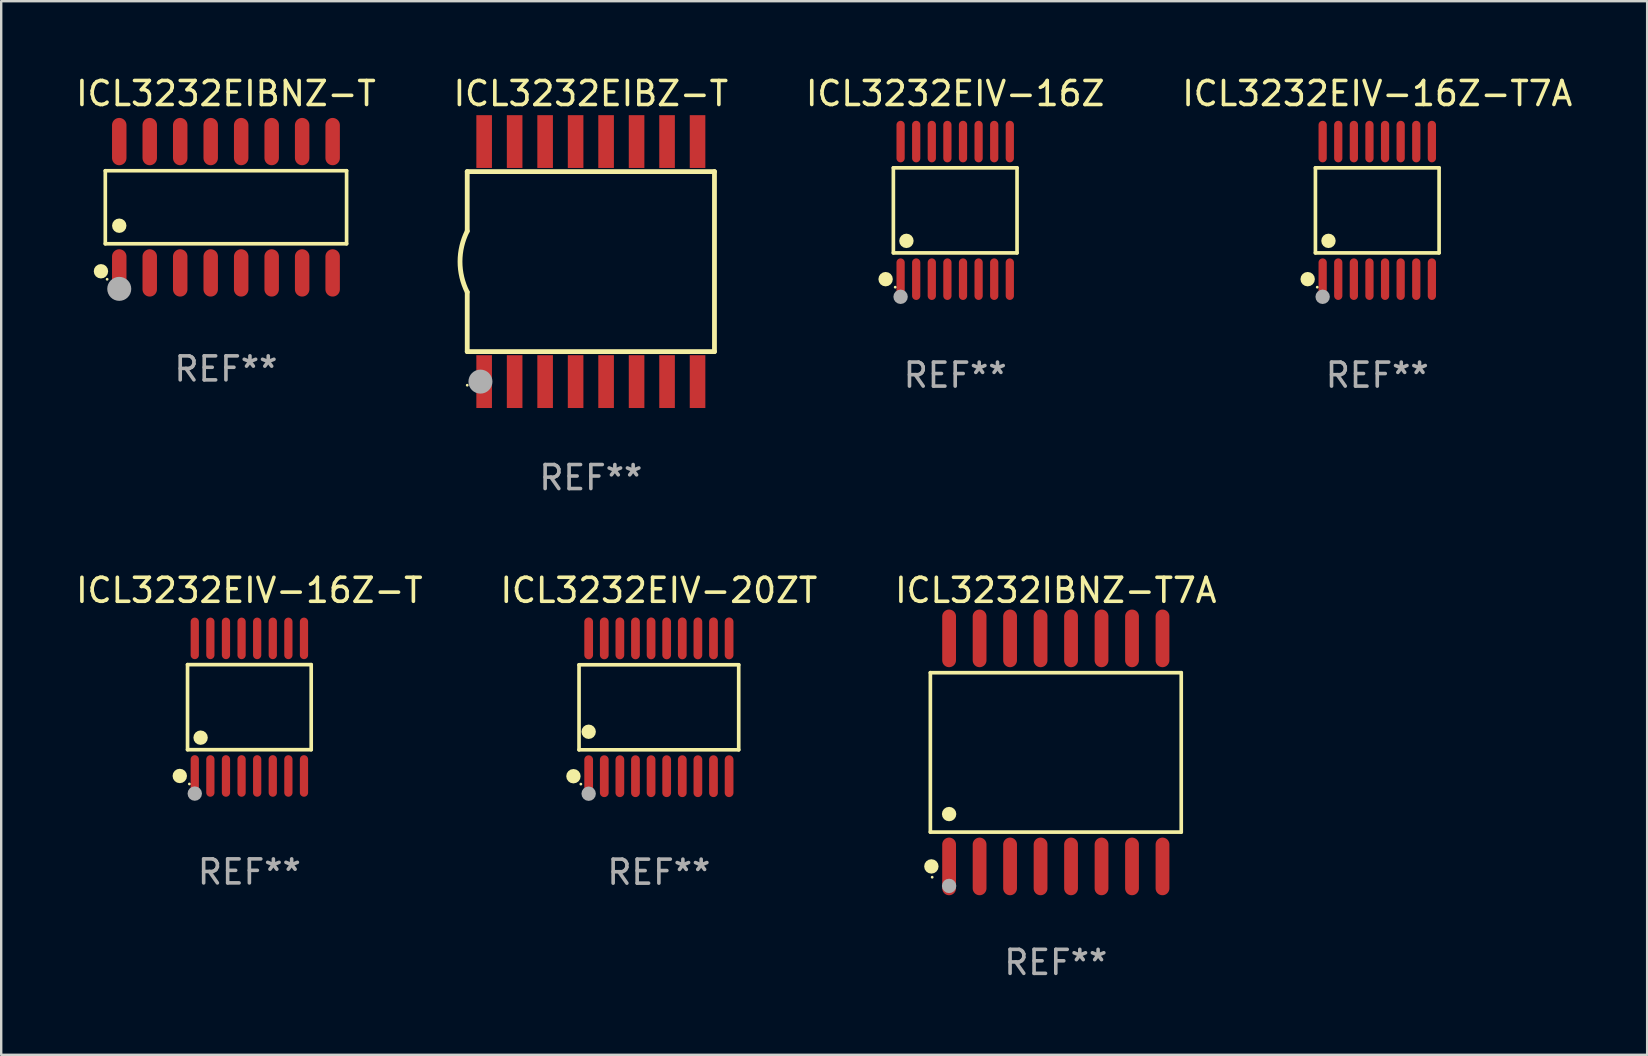
<source format=kicad_pcb>
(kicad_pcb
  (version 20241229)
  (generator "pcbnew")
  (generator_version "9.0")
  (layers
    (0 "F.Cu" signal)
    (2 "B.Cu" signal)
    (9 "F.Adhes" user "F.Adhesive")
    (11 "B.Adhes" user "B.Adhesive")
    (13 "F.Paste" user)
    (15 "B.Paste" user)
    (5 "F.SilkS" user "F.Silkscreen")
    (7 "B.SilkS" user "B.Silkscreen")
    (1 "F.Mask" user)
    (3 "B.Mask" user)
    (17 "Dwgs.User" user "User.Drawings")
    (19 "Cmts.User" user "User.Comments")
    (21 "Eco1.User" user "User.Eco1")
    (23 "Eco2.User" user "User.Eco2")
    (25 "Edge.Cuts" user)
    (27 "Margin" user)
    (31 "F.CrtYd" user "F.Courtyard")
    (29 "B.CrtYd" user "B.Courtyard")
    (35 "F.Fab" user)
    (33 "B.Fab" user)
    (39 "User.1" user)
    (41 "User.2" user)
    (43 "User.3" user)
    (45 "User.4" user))
  (footprint "ICL3232EIV-16Z-T"
    (layer "F.Cu")
    (at 7.339 26.411)
    (property "Reference" "ICL3232EIV-16Z-T" (at 0 -4.866 0) (layer "F.SilkS") (effects (font (size 1 1) (thickness 0.15))))
    (attr through_hole)
    (fp_line (start -2.576 -1.772) (end 2.576 -1.772) (stroke (width 0.152) (type solid)) (layer "F.SilkS"))
    (fp_line (start -2.576 1.771) (end -2.576 -1.772) (stroke (width 0.152) (type solid)) (layer "F.SilkS"))
    (fp_line (start 2.576 -1.772) (end 2.576 1.771) (stroke (width 0.152) (type solid)) (layer "F.SilkS"))
    (fp_line (start 2.576 1.771) (end -2.576 1.771) (stroke (width 0.152) (type solid)) (layer "F.SilkS"))
    (fp_circle (center -2.899 2.866) (end -2.749 2.866) (stroke (width 0.3) (type solid)) (fill no) (layer "F.SilkS"))
    (fp_circle (center -2.5 3.2) (end -2.47 3.2) (stroke (width 0.06) (type solid)) (fill no) (layer "F.SilkS"))
    (fp_circle (center -2.032 1.27) (end -1.882 1.27) (stroke (width 0.3) (type solid)) (fill no) (layer "F.SilkS"))
    (fp_circle (center -2.275 3.6) (end -2.125 3.6) (stroke (width 0.3) (type solid)) (fill no) (layer "F.Fab"))
    (fp_text user "REF**" (at 0 6.866 0) (layer "F.Fab") (effects (font (size 1 1) (thickness 0.15))))
    (pad "1" smd oval (at -2.275 2.866) (size 0.343 1.731) (layers "F.Cu" "F.Mask" "F.Paste"))
    (pad "2" smd oval (at -1.625 2.866) (size 0.343 1.731) (layers "F.Cu" "F.Mask" "F.Paste"))
    (pad "3" smd oval (at -0.975 2.866) (size 0.343 1.731) (layers "F.Cu" "F.Mask" "F.Paste"))
    (pad "4" smd oval (at -0.325 2.866) (size 0.343 1.731) (layers "F.Cu" "F.Mask" "F.Paste"))
    (pad "5" smd oval (at 0.325 2.866) (size 0.343 1.731) (layers "F.Cu" "F.Mask" "F.Paste"))
    (pad "6" smd oval (at 0.975 2.866) (size 0.343 1.731) (layers "F.Cu" "F.Mask" "F.Paste"))
    (pad "7" smd oval (at 1.625 2.866) (size 0.343 1.731) (layers "F.Cu" "F.Mask" "F.Paste"))
    (pad "8" smd oval (at 2.275 2.866) (size 0.343 1.731) (layers "F.Cu" "F.Mask" "F.Paste"))
    (pad "9" smd oval (at 2.275 -2.866) (size 0.343 1.731) (layers "F.Cu" "F.Mask" "F.Paste"))
    (pad "10" smd oval (at 1.625 -2.866) (size 0.343 1.731) (layers "F.Cu" "F.Mask" "F.Paste"))
    (pad "11" smd oval (at 0.975 -2.866) (size 0.343 1.731) (layers "F.Cu" "F.Mask" "F.Paste"))
    (pad "12" smd oval (at 0.325 -2.866) (size 0.343 1.731) (layers "F.Cu" "F.Mask" "F.Paste"))
    (pad "13" smd oval (at -0.325 -2.866) (size 0.343 1.731) (layers "F.Cu" "F.Mask" "F.Paste"))
    (pad "14" smd oval (at -0.975 -2.866) (size 0.343 1.731) (layers "F.Cu" "F.Mask" "F.Paste"))
    (pad "15" smd oval (at -1.625 -2.866) (size 0.343 1.731) (layers "F.Cu" "F.Mask" "F.Paste"))
    (pad "16" smd oval (at -2.275 -2.866) (size 0.343 1.731) (layers "F.Cu" "F.Mask" "F.Paste")))
  (footprint "ICL3232EIV-20ZT"
    (layer "F.Cu")
    (at 24.399 26.416)
    (property "Reference" "ICL3232EIV-20ZT" (at 0 -4.871 0) (layer "F.SilkS") (effects (font (size 1 1) (thickness 0.15))))
    (attr through_hole)
    (fp_line (start -3.326 -1.771) (end 3.326 -1.771) (stroke (width 0.152) (type solid)) (layer "F.SilkS"))
    (fp_line (start -3.326 1.771) (end -3.326 -1.771) (stroke (width 0.152) (type solid)) (layer "F.SilkS"))
    (fp_line (start 3.326 -1.771) (end 3.326 1.771) (stroke (width 0.152) (type solid)) (layer "F.SilkS"))
    (fp_line (start 3.326 1.771) (end -3.326 1.771) (stroke (width 0.152) (type solid)) (layer "F.SilkS"))
    (fp_circle (center -3.559 2.871) (end -3.409 2.871) (stroke (width 0.3) (type solid)) (fill no) (layer "F.SilkS"))
    (fp_circle (center -3.25 3.2) (end -3.22 3.2) (stroke (width 0.06) (type solid)) (fill no) (layer "F.SilkS"))
    (fp_circle (center -2.925 1.019) (end -2.775 1.019) (stroke (width 0.3) (type solid)) (fill no) (layer "F.SilkS"))
    (fp_circle (center -2.925 3.6) (end -2.775 3.6) (stroke (width 0.3) (type solid)) (fill no) (layer "F.Fab"))
    (fp_text user "REF**" (at 0 6.871 0) (layer "F.Fab") (effects (font (size 1 1) (thickness 0.15))))
    (pad "1" smd oval (at -2.925 2.871) (size 0.364 1.742) (layers "F.Cu" "F.Mask" "F.Paste"))
    (pad "2" smd oval (at -2.275 2.871) (size 0.364 1.742) (layers "F.Cu" "F.Mask" "F.Paste"))
    (pad "3" smd oval (at -1.625 2.871) (size 0.364 1.742) (layers "F.Cu" "F.Mask" "F.Paste"))
    (pad "4" smd oval (at -0.975 2.871) (size 0.364 1.742) (layers "F.Cu" "F.Mask" "F.Paste"))
    (pad "5" smd oval (at -0.325 2.871) (size 0.364 1.742) (layers "F.Cu" "F.Mask" "F.Paste"))
    (pad "6" smd oval (at 0.325 2.871) (size 0.364 1.742) (layers "F.Cu" "F.Mask" "F.Paste"))
    (pad "7" smd oval (at 0.975 2.871) (size 0.364 1.742) (layers "F.Cu" "F.Mask" "F.Paste"))
    (pad "8" smd oval (at 1.625 2.871) (size 0.364 1.742) (layers "F.Cu" "F.Mask" "F.Paste"))
    (pad "9" smd oval (at 2.275 2.871) (size 0.364 1.742) (layers "F.Cu" "F.Mask" "F.Paste"))
    (pad "10" smd oval (at 2.925 2.871) (size 0.364 1.742) (layers "F.Cu" "F.Mask" "F.Paste"))
    (pad "11" smd oval (at 2.925 -2.871) (size 0.364 1.742) (layers "F.Cu" "F.Mask" "F.Paste"))
    (pad "12" smd oval (at 2.275 -2.871) (size 0.364 1.742) (layers "F.Cu" "F.Mask" "F.Paste"))
    (pad "13" smd oval (at 1.625 -2.871) (size 0.364 1.742) (layers "F.Cu" "F.Mask" "F.Paste"))
    (pad "14" smd oval (at 0.975 -2.871) (size 0.364 1.742) (layers "F.Cu" "F.Mask" "F.Paste"))
    (pad "15" smd oval (at 0.325 -2.871) (size 0.364 1.742) (layers "F.Cu" "F.Mask" "F.Paste"))
    (pad "16" smd oval (at -0.325 -2.871) (size 0.364 1.742) (layers "F.Cu" "F.Mask" "F.Paste"))
    (pad "17" smd oval (at -0.975 -2.871) (size 0.364 1.742) (layers "F.Cu" "F.Mask" "F.Paste"))
    (pad "18" smd oval (at -1.625 -2.871) (size 0.364 1.742) (layers "F.Cu" "F.Mask" "F.Paste"))
    (pad "19" smd oval (at -2.275 -2.871) (size 0.364 1.742) (layers "F.Cu" "F.Mask" "F.Paste"))
    (pad "20" smd oval (at -2.925 -2.871) (size 0.364 1.742) (layers "F.Cu" "F.Mask" "F.Paste")))
  (footprint "ICL3232IBNZ-T7A"
    (layer "F.Cu")
    (at 40.935 28.295)
    (property "Reference" "ICL3232IBNZ-T7A" (at 0 -6.75 0) (layer "F.SilkS") (effects (font (size 1 1) (thickness 0.15))))
    (attr through_hole)
    (fp_line (start -5.226 -3.321) (end 5.226 -3.321) (stroke (width 0.152) (type solid)) (layer "F.SilkS"))
    (fp_line (start -5.226 3.321) (end -5.226 -3.321) (stroke (width 0.152) (type solid)) (layer "F.SilkS"))
    (fp_line (start 5.226 -3.321) (end 5.226 3.321) (stroke (width 0.152) (type solid)) (layer "F.SilkS"))
    (fp_line (start 5.226 3.321) (end -5.226 3.321) (stroke (width 0.152) (type solid)) (layer "F.SilkS"))
    (fp_circle (center -5.184 4.75) (end -5.034 4.75) (stroke (width 0.3) (type solid)) (fill no) (layer "F.SilkS"))
    (fp_circle (center -5.15 5.2) (end -5.12 5.2) (stroke (width 0.06) (type solid)) (fill no) (layer "F.SilkS"))
    (fp_circle (center -4.445 2.569) (end -4.295 2.569) (stroke (width 0.3) (type solid)) (fill no) (layer "F.SilkS"))
    (fp_circle (center -4.445 5.563) (end -4.295 5.563) (stroke (width 0.3) (type solid)) (fill no) (layer "F.Fab"))
    (fp_text user "REF**" (at 0 8.75 0) (layer "F.Fab") (effects (font (size 1 1) (thickness 0.15))))
    (pad "1" smd oval (at -4.445 4.75) (size 0.574 2.401) (layers "F.Cu" "F.Mask" "F.Paste"))
    (pad "2" smd oval (at -3.175 4.75) (size 0.574 2.401) (layers "F.Cu" "F.Mask" "F.Paste"))
    (pad "3" smd oval (at -1.905 4.75) (size 0.574 2.401) (layers "F.Cu" "F.Mask" "F.Paste"))
    (pad "4" smd oval (at -0.635 4.75) (size 0.574 2.401) (layers "F.Cu" "F.Mask" "F.Paste"))
    (pad "5" smd oval (at 0.635 4.75) (size 0.574 2.401) (layers "F.Cu" "F.Mask" "F.Paste"))
    (pad "6" smd oval (at 1.905 4.75) (size 0.574 2.401) (layers "F.Cu" "F.Mask" "F.Paste"))
    (pad "7" smd oval (at 3.175 4.75) (size 0.574 2.401) (layers "F.Cu" "F.Mask" "F.Paste"))
    (pad "8" smd oval (at 4.445 4.75) (size 0.574 2.401) (layers "F.Cu" "F.Mask" "F.Paste"))
    (pad "9" smd oval (at 4.445 -4.75) (size 0.574 2.401) (layers "F.Cu" "F.Mask" "F.Paste"))
    (pad "10" smd oval (at 3.175 -4.75) (size 0.574 2.401) (layers "F.Cu" "F.Mask" "F.Paste"))
    (pad "11" smd oval (at 1.905 -4.75) (size 0.574 2.401) (layers "F.Cu" "F.Mask" "F.Paste"))
    (pad "12" smd oval (at 0.635 -4.75) (size 0.574 2.401) (layers "F.Cu" "F.Mask" "F.Paste"))
    (pad "13" smd oval (at -0.635 -4.75) (size 0.574 2.401) (layers "F.Cu" "F.Mask" "F.Paste"))
    (pad "14" smd oval (at -1.905 -4.75) (size 0.574 2.401) (layers "F.Cu" "F.Mask" "F.Paste"))
    (pad "15" smd oval (at -3.175 -4.75) (size 0.574 2.401) (layers "F.Cu" "F.Mask" "F.Paste"))
    (pad "16" smd oval (at -4.445 -4.75) (size 0.574 2.401) (layers "F.Cu" "F.Mask" "F.Paste")))
  (footprint "ICL3232EIV-16Z-T7A"
    (layer "F.Cu")
    (at 54.327 5.714)
    (property "Reference" "ICL3232EIV-16Z-T7A" (at 0 -4.866 0) (layer "F.SilkS") (effects (font (size 1 1) (thickness 0.15))))
    (attr through_hole)
    (fp_line (start -2.576 -1.772) (end 2.576 -1.772) (stroke (width 0.152) (type solid)) (layer "F.SilkS"))
    (fp_line (start -2.576 1.771) (end -2.576 -1.772) (stroke (width 0.152) (type solid)) (layer "F.SilkS"))
    (fp_line (start 2.576 -1.772) (end 2.576 1.771) (stroke (width 0.152) (type solid)) (layer "F.SilkS"))
    (fp_line (start 2.576 1.771) (end -2.576 1.771) (stroke (width 0.152) (type solid)) (layer "F.SilkS"))
    (fp_circle (center -2.899 2.866) (end -2.749 2.866) (stroke (width 0.3) (type solid)) (fill no) (layer "F.SilkS"))
    (fp_circle (center -2.5 3.2) (end -2.47 3.2) (stroke (width 0.06) (type solid)) (fill no) (layer "F.SilkS"))
    (fp_circle (center -2.032 1.27) (end -1.882 1.27) (stroke (width 0.3) (type solid)) (fill no) (layer "F.SilkS"))
    (fp_circle (center -2.275 3.6) (end -2.125 3.6) (stroke (width 0.3) (type solid)) (fill no) (layer "F.Fab"))
    (fp_text user "REF**" (at 0 6.866 0) (layer "F.Fab") (effects (font (size 1 1) (thickness 0.15))))
    (pad "1" smd oval (at -2.275 2.866) (size 0.343 1.731) (layers "F.Cu" "F.Mask" "F.Paste"))
    (pad "2" smd oval (at -1.625 2.866) (size 0.343 1.731) (layers "F.Cu" "F.Mask" "F.Paste"))
    (pad "3" smd oval (at -0.975 2.866) (size 0.343 1.731) (layers "F.Cu" "F.Mask" "F.Paste"))
    (pad "4" smd oval (at -0.325 2.866) (size 0.343 1.731) (layers "F.Cu" "F.Mask" "F.Paste"))
    (pad "5" smd oval (at 0.325 2.866) (size 0.343 1.731) (layers "F.Cu" "F.Mask" "F.Paste"))
    (pad "6" smd oval (at 0.975 2.866) (size 0.343 1.731) (layers "F.Cu" "F.Mask" "F.Paste"))
    (pad "7" smd oval (at 1.625 2.866) (size 0.343 1.731) (layers "F.Cu" "F.Mask" "F.Paste"))
    (pad "8" smd oval (at 2.275 2.866) (size 0.343 1.731) (layers "F.Cu" "F.Mask" "F.Paste"))
    (pad "9" smd oval (at 2.275 -2.866) (size 0.343 1.731) (layers "F.Cu" "F.Mask" "F.Paste"))
    (pad "10" smd oval (at 1.625 -2.866) (size 0.343 1.731) (layers "F.Cu" "F.Mask" "F.Paste"))
    (pad "11" smd oval (at 0.975 -2.866) (size 0.343 1.731) (layers "F.Cu" "F.Mask" "F.Paste"))
    (pad "12" smd oval (at 0.325 -2.866) (size 0.343 1.731) (layers "F.Cu" "F.Mask" "F.Paste"))
    (pad "13" smd oval (at -0.325 -2.866) (size 0.343 1.731) (layers "F.Cu" "F.Mask" "F.Paste"))
    (pad "14" smd oval (at -0.975 -2.866) (size 0.343 1.731) (layers "F.Cu" "F.Mask" "F.Paste"))
    (pad "15" smd oval (at -1.625 -2.866) (size 0.343 1.731) (layers "F.Cu" "F.Mask" "F.Paste"))
    (pad "16" smd oval (at -2.275 -2.866) (size 0.343 1.731) (layers "F.Cu" "F.Mask" "F.Paste")))
  (footprint "ICL3232EIBNZ-T"
    (layer "F.Cu")
    (at 6.363 5.584)
    (property "Reference" "ICL3232EIBNZ-T" (at 0 -4.736 0) (layer "F.SilkS") (effects (font (size 1 1) (thickness 0.15))))
    (attr through_hole)
    (fp_line (start -5.026 -1.521) (end 5.026 -1.521) (stroke (width 0.152) (type solid)) (layer "F.SilkS"))
    (fp_line (start -5.026 1.521) (end -5.026 -1.521) (stroke (width 0.152) (type solid)) (layer "F.SilkS"))
    (fp_line (start 5.026 -1.521) (end 5.026 1.521) (stroke (width 0.152) (type solid)) (layer "F.SilkS"))
    (fp_line (start 5.026 1.521) (end -5.026 1.521) (stroke (width 0.152) (type solid)) (layer "F.SilkS"))
    (fp_circle (center -5.207 2.667) (end -5.057 2.667) (stroke (width 0.3) (type solid)) (fill no) (layer "F.SilkS"))
    (fp_circle (center -4.95 3) (end -4.92 3) (stroke (width 0.06) (type solid)) (fill no) (layer "F.SilkS"))
    (fp_circle (center -4.445 0.769) (end -4.295 0.769) (stroke (width 0.3) (type solid)) (fill no) (layer "F.SilkS"))
    (fp_circle (center -4.445 3.4) (end -4.195 3.4) (stroke (width 0.5) (type solid)) (fill no) (layer "F.Fab"))
    (fp_text user "REF**" (at 0 6.736 0) (layer "F.Fab") (effects (font (size 1 1) (thickness 0.15))))
    (pad "1" smd oval (at -4.445 2.736) (size 0.602 1.971) (layers "F.Cu" "F.Mask" "F.Paste"))
    (pad "2" smd oval (at -3.175 2.736) (size 0.602 1.971) (layers "F.Cu" "F.Mask" "F.Paste"))
    (pad "3" smd oval (at -1.905 2.736) (size 0.602 1.971) (layers "F.Cu" "F.Mask" "F.Paste"))
    (pad "4" smd oval (at -0.635 2.736) (size 0.602 1.971) (layers "F.Cu" "F.Mask" "F.Paste"))
    (pad "5" smd oval (at 0.635 2.736) (size 0.602 1.971) (layers "F.Cu" "F.Mask" "F.Paste"))
    (pad "6" smd oval (at 1.905 2.736) (size 0.602 1.971) (layers "F.Cu" "F.Mask" "F.Paste"))
    (pad "7" smd oval (at 3.175 2.736) (size 0.602 1.971) (layers "F.Cu" "F.Mask" "F.Paste"))
    (pad "8" smd oval (at 4.445 2.736) (size 0.602 1.971) (layers "F.Cu" "F.Mask" "F.Paste"))
    (pad "9" smd oval (at 4.445 -2.736) (size 0.602 1.971) (layers "F.Cu" "F.Mask" "F.Paste"))
    (pad "10" smd oval (at 3.175 -2.736) (size 0.602 1.971) (layers "F.Cu" "F.Mask" "F.Paste"))
    (pad "11" smd oval (at 1.905 -2.736) (size 0.602 1.971) (layers "F.Cu" "F.Mask" "F.Paste"))
    (pad "12" smd oval (at 0.635 -2.736) (size 0.602 1.971) (layers "F.Cu" "F.Mask" "F.Paste"))
    (pad "13" smd oval (at -0.635 -2.736) (size 0.602 1.971) (layers "F.Cu" "F.Mask" "F.Paste"))
    (pad "14" smd oval (at -1.905 -2.736) (size 0.602 1.971) (layers "F.Cu" "F.Mask" "F.Paste"))
    (pad "15" smd oval (at -3.175 -2.736) (size 0.602 1.971) (layers "F.Cu" "F.Mask" "F.Paste"))
    (pad "16" smd oval (at -4.445 -2.736) (size 0.602 1.971) (layers "F.Cu" "F.Mask" "F.Paste")))
  (footprint "ICL3232EIBZ-T"
    (layer "F.Cu")
    (at 21.565 7.848)
    (property "Reference" "ICL3232EIBZ-T" (at 0 -7 0) (layer "F.SilkS") (effects (font (size 1 1) (thickness 0.15))))
    (attr through_hole)
    (fp_line (start -5.15 -3.75) (end -5.15 -1.27) (stroke (width 0.2) (type solid)) (layer "F.SilkS"))
    (fp_line (start -5.15 -3.75) (end 5.15 -3.75) (stroke (width 0.2) (type solid)) (layer "F.SilkS"))
    (fp_line (start -5.15 3.75) (end -5.15 1.27) (stroke (width 0.2) (type solid)) (layer "F.SilkS"))
    (fp_line (start 5.15 -3.75) (end 5.15 3.75) (stroke (width 0.2) (type solid)) (layer "F.SilkS"))
    (fp_line (start 5.15 3.75) (end -5.15 3.75) (stroke (width 0.2) (type solid)) (layer "F.SilkS"))
    (fp_arc (start -5.151131 1.270003) (mid -5.450556 -0.000132) (end -5.150013 -1.270003) (stroke (width 0.2) (type solid)) (layer "F.SilkS"))
    (fp_circle (center -5.15 5.15) (end -5.12 5.15) (stroke (width 0.06) (type solid)) (fill no) (layer "F.SilkS"))
    (fp_circle (center -4.6 5) (end -4.35 5) (stroke (width 0.5) (type solid)) (fill no) (layer "F.Fab"))
    (fp_text user "REF**" (at 0 9 0) (layer "F.Fab") (effects (font (size 1 1) (thickness 0.15))))
    (pad "1" smd rect (at -4.445 5) (size 0.65 2.2) (layers "F.Cu" "F.Mask" "F.Paste"))
    (pad "2" smd rect (at -3.175 5) (size 0.65 2.2) (layers "F.Cu" "F.Mask" "F.Paste"))
    (pad "3" smd rect (at -1.905 5) (size 0.65 2.2) (layers "F.Cu" "F.Mask" "F.Paste"))
    (pad "4" smd rect (at -0.635 5) (size 0.65 2.2) (layers "F.Cu" "F.Mask" "F.Paste"))
    (pad "5" smd rect (at 0.635 5) (size 0.65 2.2) (layers "F.Cu" "F.Mask" "F.Paste"))
    (pad "6" smd rect (at 1.905 5) (size 0.65 2.2) (layers "F.Cu" "F.Mask" "F.Paste"))
    (pad "7" smd rect (at 3.175 5) (size 0.65 2.2) (layers "F.Cu" "F.Mask" "F.Paste"))
    (pad "8" smd rect (at 4.445 5) (size 0.65 2.2) (layers "F.Cu" "F.Mask" "F.Paste"))
    (pad "9" smd rect (at 4.445 -5) (size 0.65 2.2) (layers "F.Cu" "F.Mask" "F.Paste"))
    (pad "10" smd rect (at 3.175 -5) (size 0.65 2.2) (layers "F.Cu" "F.Mask" "F.Paste"))
    (pad "11" smd rect (at 1.905 -5) (size 0.65 2.2) (layers "F.Cu" "F.Mask" "F.Paste"))
    (pad "12" smd rect (at 0.635 -5) (size 0.65 2.2) (layers "F.Cu" "F.Mask" "F.Paste"))
    (pad "13" smd rect (at -0.635 -5) (size 0.65 2.2) (layers "F.Cu" "F.Mask" "F.Paste"))
    (pad "14" smd rect (at -1.905 -5) (size 0.65 2.2) (layers "F.Cu" "F.Mask" "F.Paste"))
    (pad "15" smd rect (at -3.175 -5) (size 0.65 2.2) (layers "F.Cu" "F.Mask" "F.Paste"))
    (pad "16" smd rect (at -4.445 -5) (size 0.65 2.2) (layers "F.Cu" "F.Mask" "F.Paste")))
  (footprint "ICL3232EIV-16Z"
    (layer "F.Cu")
    (at 36.744 5.714)
    (property "Reference" "ICL3232EIV-16Z" (at 0 -4.866 0) (layer "F.SilkS") (effects (font (size 1 1) (thickness 0.15))))
    (attr through_hole)
    (fp_line (start -2.576 -1.772) (end 2.576 -1.772) (stroke (width 0.152) (type solid)) (layer "F.SilkS"))
    (fp_line (start -2.576 1.771) (end -2.576 -1.772) (stroke (width 0.152) (type solid)) (layer "F.SilkS"))
    (fp_line (start 2.576 -1.772) (end 2.576 1.771) (stroke (width 0.152) (type solid)) (layer "F.SilkS"))
    (fp_line (start 2.576 1.771) (end -2.576 1.771) (stroke (width 0.152) (type solid)) (layer "F.SilkS"))
    (fp_circle (center -2.899 2.866) (end -2.749 2.866) (stroke (width 0.3) (type solid)) (fill no) (layer "F.SilkS"))
    (fp_circle (center -2.5 3.2) (end -2.47 3.2) (stroke (width 0.06) (type solid)) (fill no) (layer "F.SilkS"))
    (fp_circle (center -2.032 1.27) (end -1.882 1.27) (stroke (width 0.3) (type solid)) (fill no) (layer "F.SilkS"))
    (fp_circle (center -2.275 3.6) (end -2.125 3.6) (stroke (width 0.3) (type solid)) (fill no) (layer "F.Fab"))
    (fp_text user "REF**" (at 0 6.866 0) (layer "F.Fab") (effects (font (size 1 1) (thickness 0.15))))
    (pad "1" smd oval (at -2.275 2.866) (size 0.343 1.731) (layers "F.Cu" "F.Mask" "F.Paste"))
    (pad "2" smd oval (at -1.625 2.866) (size 0.343 1.731) (layers "F.Cu" "F.Mask" "F.Paste"))
    (pad "3" smd oval (at -0.975 2.866) (size 0.343 1.731) (layers "F.Cu" "F.Mask" "F.Paste"))
    (pad "4" smd oval (at -0.325 2.866) (size 0.343 1.731) (layers "F.Cu" "F.Mask" "F.Paste"))
    (pad "5" smd oval (at 0.325 2.866) (size 0.343 1.731) (layers "F.Cu" "F.Mask" "F.Paste"))
    (pad "6" smd oval (at 0.975 2.866) (size 0.343 1.731) (layers "F.Cu" "F.Mask" "F.Paste"))
    (pad "7" smd oval (at 1.625 2.866) (size 0.343 1.731) (layers "F.Cu" "F.Mask" "F.Paste"))
    (pad "8" smd oval (at 2.275 2.866) (size 0.343 1.731) (layers "F.Cu" "F.Mask" "F.Paste"))
    (pad "9" smd oval (at 2.275 -2.866) (size 0.343 1.731) (layers "F.Cu" "F.Mask" "F.Paste"))
    (pad "10" smd oval (at 1.625 -2.866) (size 0.343 1.731) (layers "F.Cu" "F.Mask" "F.Paste"))
    (pad "11" smd oval (at 0.975 -2.866) (size 0.343 1.731) (layers "F.Cu" "F.Mask" "F.Paste"))
    (pad "12" smd oval (at 0.325 -2.866) (size 0.343 1.731) (layers "F.Cu" "F.Mask" "F.Paste"))
    (pad "13" smd oval (at -0.325 -2.866) (size 0.343 1.731) (layers "F.Cu" "F.Mask" "F.Paste"))
    (pad "14" smd oval (at -0.975 -2.866) (size 0.343 1.731) (layers "F.Cu" "F.Mask" "F.Paste"))
    (pad "15" smd oval (at -1.625 -2.866) (size 0.343 1.731) (layers "F.Cu" "F.Mask" "F.Paste"))
    (pad "16" smd oval (at -2.275 -2.866) (size 0.343 1.731) (layers "F.Cu" "F.Mask" "F.Paste")))
  (gr_rect
    (start -3 -3)
    (end 65.571 40.894)
    (stroke (width 0.1) (type default))
    (fill no)
    (layer "Edge.Cuts")))
</source>
